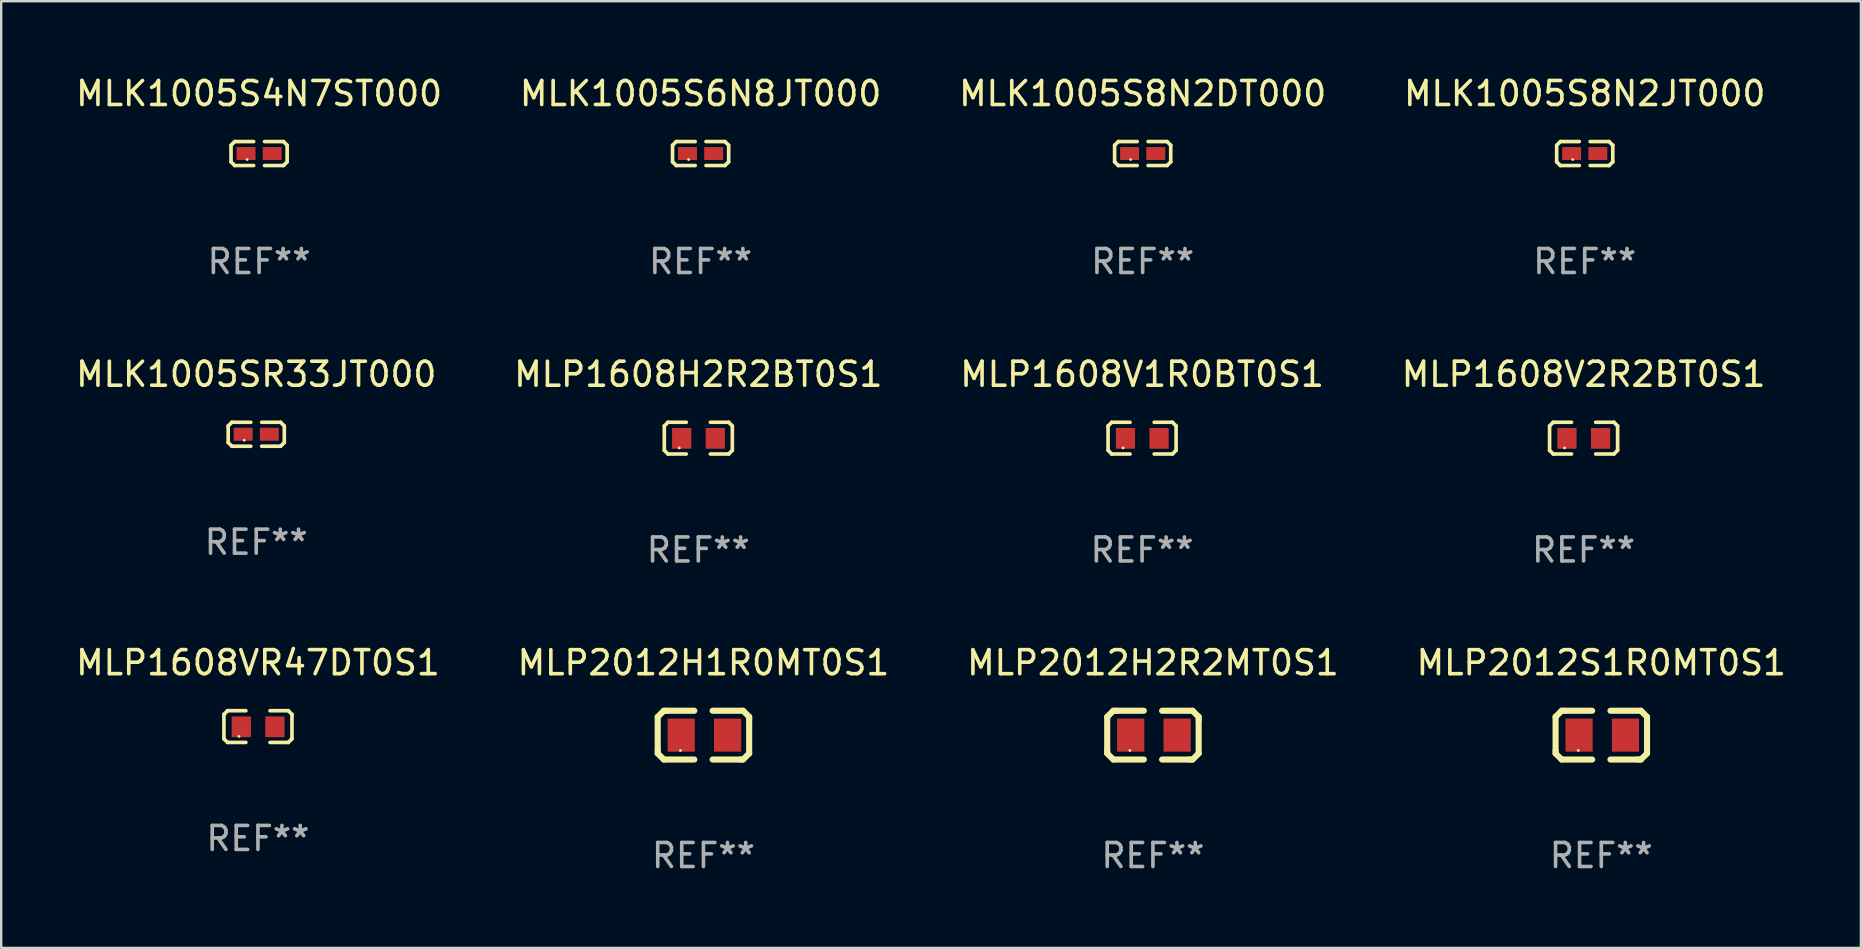
<source format=kicad_pcb>
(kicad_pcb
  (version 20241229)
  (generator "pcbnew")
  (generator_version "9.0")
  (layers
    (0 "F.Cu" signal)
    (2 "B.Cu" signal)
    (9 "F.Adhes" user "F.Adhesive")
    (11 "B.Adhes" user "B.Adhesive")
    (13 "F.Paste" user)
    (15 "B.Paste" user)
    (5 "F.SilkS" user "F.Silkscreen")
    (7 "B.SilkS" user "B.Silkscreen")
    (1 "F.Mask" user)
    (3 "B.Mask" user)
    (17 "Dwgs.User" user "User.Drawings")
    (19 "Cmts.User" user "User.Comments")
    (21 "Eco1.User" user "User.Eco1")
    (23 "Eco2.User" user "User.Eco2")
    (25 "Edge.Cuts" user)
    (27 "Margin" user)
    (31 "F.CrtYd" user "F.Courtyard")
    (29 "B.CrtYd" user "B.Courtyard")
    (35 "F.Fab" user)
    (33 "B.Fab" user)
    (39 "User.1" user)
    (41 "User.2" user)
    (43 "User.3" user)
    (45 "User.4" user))
  (footprint "MLP1608V1R0BT0S1"
    (layer "F.Cu")
    (at 44.53 15.203)
    (property "Reference" "MLP1608V1R0BT0S1" (at 0 -2.661 0) (layer "F.SilkS") (effects (font (size 1 1) (thickness 0.15))))
    (attr through_hole)
    (fp_line (start -1.417 -0.508) (end -1.265 -0.661) (stroke (width 0.152) (type solid)) (layer "F.SilkS"))
    (fp_line (start -1.417 0.508) (end -1.417 -0.508) (stroke (width 0.152) (type solid)) (layer "F.SilkS"))
    (fp_line (start -1.265 -0.661) (end -0.503 -0.661) (stroke (width 0.152) (type solid)) (layer "F.SilkS"))
    (fp_line (start -1.265 0.661) (end -1.417 0.508) (stroke (width 0.152) (type solid)) (layer "F.SilkS"))
    (fp_line (start -1.265 0.661) (end -0.503 0.661) (stroke (width 0.152) (type solid)) (layer "F.SilkS"))
    (fp_line (start 1.265 -0.661) (end 0.503 -0.661) (stroke (width 0.152) (type solid)) (layer "F.SilkS"))
    (fp_line (start 1.265 -0.661) (end 1.417 -0.508) (stroke (width 0.152) (type solid)) (layer "F.SilkS"))
    (fp_line (start 1.265 0.661) (end 0.503 0.661) (stroke (width 0.152) (type solid)) (layer "F.SilkS"))
    (fp_line (start 1.417 -0.508) (end 1.417 0.508) (stroke (width 0.152) (type solid)) (layer "F.SilkS"))
    (fp_line (start 1.417 0.508) (end 1.265 0.661) (stroke (width 0.152) (type solid)) (layer "F.SilkS"))
    (fp_circle (center -0.793 0.409) (end -0.763 0.409) (stroke (width 0.06) (type solid)) (fill no) (layer "F.SilkS"))
    (fp_text user "REF**" (at 0 4.661 0) (layer "F.Fab") (effects (font (size 1 1) (thickness 0.15))))
    (pad "1" smd rect (at -0.693 0.009 180) (size 0.8 0.864) (layers "F.Cu" "F.Mask" "F.Paste"))
    (pad "2" smd rect (at 0.707 0.009 180) (size 0.8 0.864) (layers "F.Cu" "F.Mask" "F.Paste")))
  (footprint "MLP2012H1R0MT0S1"
    (layer "F.Cu")
    (at 26.256 27.576)
    (property "Reference" "MLP2012H1R0MT0S1" (at 0 -3.016 0) (layer "F.SilkS") (effects (font (size 1 1) (thickness 0.15))))
    (attr through_hole)
    (fp_line (start -1.905 -0.762) (end -1.905 0.635) (stroke (width 0.254) (type solid)) (layer "F.SilkS"))
    (fp_line (start -1.905 0.635) (end -1.905 0.762) (stroke (width 0.254) (type solid)) (layer "F.SilkS"))
    (fp_line (start -1.905 0.762) (end -1.651 1.016) (stroke (width 0.254) (type solid)) (layer "F.SilkS"))
    (fp_line (start -1.651 -1.016) (end -1.905 -0.762) (stroke (width 0.254) (type solid)) (layer "F.SilkS"))
    (fp_line (start -1.651 1.016) (end -0.381 1.016) (stroke (width 0.254) (type solid)) (layer "F.SilkS"))
    (fp_line (start -1.524 -1.016) (end -1.651 -1.016) (stroke (width 0.254) (type solid)) (layer "F.SilkS"))
    (fp_line (start -0.381 -1.016) (end -1.524 -1.016) (stroke (width 0.254) (type solid)) (layer "F.SilkS"))
    (fp_line (start 0.381 1.016) (end 1.524 1.016) (stroke (width 0.254) (type solid)) (layer "F.SilkS"))
    (fp_line (start 1.524 1.016) (end 1.651 1.016) (stroke (width 0.254) (type solid)) (layer "F.SilkS"))
    (fp_line (start 1.651 -1.016) (end 0.381 -1.016) (stroke (width 0.254) (type solid)) (layer "F.SilkS"))
    (fp_line (start 1.651 1.016) (end 1.905 0.762) (stroke (width 0.254) (type solid)) (layer "F.SilkS"))
    (fp_line (start 1.905 -0.762) (end 1.651 -1.016) (stroke (width 0.254) (type solid)) (layer "F.SilkS"))
    (fp_line (start 1.905 -0.635) (end 1.905 -0.762) (stroke (width 0.254) (type solid)) (layer "F.SilkS"))
    (fp_line (start 1.905 0.762) (end 1.905 -0.635) (stroke (width 0.254) (type solid)) (layer "F.SilkS"))
    (fp_circle (center -0.96 0.637) (end -0.93 0.637) (stroke (width 0.06) (type solid)) (fill no) (layer "F.SilkS"))
    (fp_text user "REF**" (at 0 5.016 0) (layer "F.Fab") (effects (font (size 1 1) (thickness 0.15))))
    (pad "1" smd rect (at -0.926 -0.000051) (size 1.133 1.377) (layers "F.Cu" "F.Mask" "F.Paste"))
    (pad "2" smd rect (at 1.006 -0.000051) (size 1.133 1.377) (layers "F.Cu" "F.Mask" "F.Paste")))
  (footprint "MLP1608VR47DT0S1"
    (layer "F.Cu")
    (at 7.696 27.22)
    (property "Reference" "MLP1608VR47DT0S1" (at 0 -2.661 0) (layer "F.SilkS") (effects (font (size 1 1) (thickness 0.15))))
    (attr through_hole)
    (fp_line (start -1.417 -0.508) (end -1.265 -0.661) (stroke (width 0.152) (type solid)) (layer "F.SilkS"))
    (fp_line (start -1.417 0.508) (end -1.417 -0.508) (stroke (width 0.152) (type solid)) (layer "F.SilkS"))
    (fp_line (start -1.265 -0.661) (end -0.503 -0.661) (stroke (width 0.152) (type solid)) (layer "F.SilkS"))
    (fp_line (start -1.265 0.661) (end -1.417 0.508) (stroke (width 0.152) (type solid)) (layer "F.SilkS"))
    (fp_line (start -1.265 0.661) (end -0.503 0.661) (stroke (width 0.152) (type solid)) (layer "F.SilkS"))
    (fp_line (start 1.265 -0.661) (end 0.503 -0.661) (stroke (width 0.152) (type solid)) (layer "F.SilkS"))
    (fp_line (start 1.265 -0.661) (end 1.417 -0.508) (stroke (width 0.152) (type solid)) (layer "F.SilkS"))
    (fp_line (start 1.265 0.661) (end 0.503 0.661) (stroke (width 0.152) (type solid)) (layer "F.SilkS"))
    (fp_line (start 1.417 -0.508) (end 1.417 0.508) (stroke (width 0.152) (type solid)) (layer "F.SilkS"))
    (fp_line (start 1.417 0.508) (end 1.265 0.661) (stroke (width 0.152) (type solid)) (layer "F.SilkS"))
    (fp_circle (center -0.793 0.409) (end -0.763 0.409) (stroke (width 0.06) (type solid)) (fill no) (layer "F.SilkS"))
    (fp_text user "REF**" (at 0 4.661 0) (layer "F.Fab") (effects (font (size 1 1) (thickness 0.15))))
    (pad "1" smd rect (at -0.693 0.009 180) (size 0.8 0.864) (layers "F.Cu" "F.Mask" "F.Paste"))
    (pad "2" smd rect (at 0.707 0.009 180) (size 0.8 0.864) (layers "F.Cu" "F.Mask" "F.Paste")))
  (footprint "MLP1608V2R2BT0S1"
    (layer "F.Cu")
    (at 62.923 15.203)
    (property "Reference" "MLP1608V2R2BT0S1" (at 0 -2.661 0) (layer "F.SilkS") (effects (font (size 1 1) (thickness 0.15))))
    (attr through_hole)
    (fp_line (start -1.417 -0.508) (end -1.265 -0.661) (stroke (width 0.152) (type solid)) (layer "F.SilkS"))
    (fp_line (start -1.417 0.508) (end -1.417 -0.508) (stroke (width 0.152) (type solid)) (layer "F.SilkS"))
    (fp_line (start -1.265 -0.661) (end -0.503 -0.661) (stroke (width 0.152) (type solid)) (layer "F.SilkS"))
    (fp_line (start -1.265 0.661) (end -1.417 0.508) (stroke (width 0.152) (type solid)) (layer "F.SilkS"))
    (fp_line (start -1.265 0.661) (end -0.503 0.661) (stroke (width 0.152) (type solid)) (layer "F.SilkS"))
    (fp_line (start 1.265 -0.661) (end 0.503 -0.661) (stroke (width 0.152) (type solid)) (layer "F.SilkS"))
    (fp_line (start 1.265 -0.661) (end 1.417 -0.508) (stroke (width 0.152) (type solid)) (layer "F.SilkS"))
    (fp_line (start 1.265 0.661) (end 0.503 0.661) (stroke (width 0.152) (type solid)) (layer "F.SilkS"))
    (fp_line (start 1.417 -0.508) (end 1.417 0.508) (stroke (width 0.152) (type solid)) (layer "F.SilkS"))
    (fp_line (start 1.417 0.508) (end 1.265 0.661) (stroke (width 0.152) (type solid)) (layer "F.SilkS"))
    (fp_circle (center -0.793 0.409) (end -0.763 0.409) (stroke (width 0.06) (type solid)) (fill no) (layer "F.SilkS"))
    (fp_text user "REF**" (at 0 4.661 0) (layer "F.Fab") (effects (font (size 1 1) (thickness 0.15))))
    (pad "1" smd rect (at -0.693 0.009 180) (size 0.8 0.864) (layers "F.Cu" "F.Mask" "F.Paste"))
    (pad "2" smd rect (at 0.707 0.009 180) (size 0.8 0.864) (layers "F.Cu" "F.Mask" "F.Paste")))
  (footprint "MLK1005S8N2JT000"
    (layer "F.Cu")
    (at 62.97 3.347)
    (property "Reference" "MLK1005S8N2JT000" (at 0 -2.499 0) (layer "F.SilkS") (effects (font (size 1 1) (thickness 0.15))))
    (attr through_hole)
    (fp_line (start -1.169 -0.346) (end -1.016 -0.499) (stroke (width 0.152) (type solid)) (layer "F.SilkS"))
    (fp_line (start -1.169 0.346) (end -1.169 -0.346) (stroke (width 0.152) (type solid)) (layer "F.SilkS"))
    (fp_line (start -1.016 -0.499) (end -0.226 -0.499) (stroke (width 0.152) (type solid)) (layer "F.SilkS"))
    (fp_line (start -1.016 0.499) (end -1.169 0.346) (stroke (width 0.152) (type solid)) (layer "F.SilkS"))
    (fp_line (start -0.226 0.499) (end -1.016 0.499) (stroke (width 0.152) (type solid)) (layer "F.SilkS"))
    (fp_line (start 0.226 0.499) (end 1.016 0.499) (stroke (width 0.152) (type solid)) (layer "F.SilkS"))
    (fp_line (start 1.016 -0.499) (end 0.226 -0.499) (stroke (width 0.152) (type solid)) (layer "F.SilkS"))
    (fp_line (start 1.016 0.499) (end 1.169 0.346) (stroke (width 0.152) (type solid)) (layer "F.SilkS"))
    (fp_line (start 1.169 -0.346) (end 1.016 -0.499) (stroke (width 0.152) (type solid)) (layer "F.SilkS"))
    (fp_line (start 1.169 0.346) (end 1.169 -0.346) (stroke (width 0.152) (type solid)) (layer "F.SilkS"))
    (fp_circle (center -0.5 0.25) (end -0.47 0.25) (stroke (width 0.06) (type solid)) (fill no) (layer "F.SilkS"))
    (fp_text user "REF**" (at 0 4.499 0) (layer "F.Fab") (effects (font (size 1 1) (thickness 0.15))))
    (pad "1" smd rect (at -0.545 0) (size 0.79 0.54) (layers "F.Cu" "F.Mask" "F.Paste"))
    (pad "2" smd rect (at 0.545 0) (size 0.79 0.54) (layers "F.Cu" "F.Mask" "F.Paste")))
  (footprint "MLK1005SR33JT000"
    (layer "F.Cu")
    (at 7.625 15.041)
    (property "Reference" "MLK1005SR33JT000" (at 0 -2.499 0) (layer "F.SilkS") (effects (font (size 1 1) (thickness 0.15))))
    (attr through_hole)
    (fp_line (start -1.169 -0.346) (end -1.016 -0.499) (stroke (width 0.152) (type solid)) (layer "F.SilkS"))
    (fp_line (start -1.169 0.346) (end -1.169 -0.346) (stroke (width 0.152) (type solid)) (layer "F.SilkS"))
    (fp_line (start -1.016 -0.499) (end -0.226 -0.499) (stroke (width 0.152) (type solid)) (layer "F.SilkS"))
    (fp_line (start -1.016 0.499) (end -1.169 0.346) (stroke (width 0.152) (type solid)) (layer "F.SilkS"))
    (fp_line (start -0.226 0.499) (end -1.016 0.499) (stroke (width 0.152) (type solid)) (layer "F.SilkS"))
    (fp_line (start 0.226 0.499) (end 1.016 0.499) (stroke (width 0.152) (type solid)) (layer "F.SilkS"))
    (fp_line (start 1.016 -0.499) (end 0.226 -0.499) (stroke (width 0.152) (type solid)) (layer "F.SilkS"))
    (fp_line (start 1.016 0.499) (end 1.169 0.346) (stroke (width 0.152) (type solid)) (layer "F.SilkS"))
    (fp_line (start 1.169 -0.346) (end 1.016 -0.499) (stroke (width 0.152) (type solid)) (layer "F.SilkS"))
    (fp_line (start 1.169 0.346) (end 1.169 -0.346) (stroke (width 0.152) (type solid)) (layer "F.SilkS"))
    (fp_circle (center -0.5 0.25) (end -0.47 0.25) (stroke (width 0.06) (type solid)) (fill no) (layer "F.SilkS"))
    (fp_text user "REF**" (at 0 4.499 0) (layer "F.Fab") (effects (font (size 1 1) (thickness 0.15))))
    (pad "1" smd rect (at -0.545 0) (size 0.79 0.54) (layers "F.Cu" "F.Mask" "F.Paste"))
    (pad "2" smd rect (at 0.545 0) (size 0.79 0.54) (layers "F.Cu" "F.Mask" "F.Paste")))
  (footprint "MLP2012S1R0MT0S1"
    (layer "F.Cu")
    (at 63.661 27.576)
    (property "Reference" "MLP2012S1R0MT0S1" (at 0 -3.016 0) (layer "F.SilkS") (effects (font (size 1 1) (thickness 0.15))))
    (attr through_hole)
    (fp_line (start -1.905 -0.762) (end -1.905 0.635) (stroke (width 0.254) (type solid)) (layer "F.SilkS"))
    (fp_line (start -1.905 0.635) (end -1.905 0.762) (stroke (width 0.254) (type solid)) (layer "F.SilkS"))
    (fp_line (start -1.905 0.762) (end -1.651 1.016) (stroke (width 0.254) (type solid)) (layer "F.SilkS"))
    (fp_line (start -1.651 -1.016) (end -1.905 -0.762) (stroke (width 0.254) (type solid)) (layer "F.SilkS"))
    (fp_line (start -1.651 1.016) (end -0.381 1.016) (stroke (width 0.254) (type solid)) (layer "F.SilkS"))
    (fp_line (start -1.524 -1.016) (end -1.651 -1.016) (stroke (width 0.254) (type solid)) (layer "F.SilkS"))
    (fp_line (start -0.381 -1.016) (end -1.524 -1.016) (stroke (width 0.254) (type solid)) (layer "F.SilkS"))
    (fp_line (start 0.381 1.016) (end 1.524 1.016) (stroke (width 0.254) (type solid)) (layer "F.SilkS"))
    (fp_line (start 1.524 1.016) (end 1.651 1.016) (stroke (width 0.254) (type solid)) (layer "F.SilkS"))
    (fp_line (start 1.651 -1.016) (end 0.381 -1.016) (stroke (width 0.254) (type solid)) (layer "F.SilkS"))
    (fp_line (start 1.651 1.016) (end 1.905 0.762) (stroke (width 0.254) (type solid)) (layer "F.SilkS"))
    (fp_line (start 1.905 -0.762) (end 1.651 -1.016) (stroke (width 0.254) (type solid)) (layer "F.SilkS"))
    (fp_line (start 1.905 -0.635) (end 1.905 -0.762) (stroke (width 0.254) (type solid)) (layer "F.SilkS"))
    (fp_line (start 1.905 0.762) (end 1.905 -0.635) (stroke (width 0.254) (type solid)) (layer "F.SilkS"))
    (fp_circle (center -0.96 0.637) (end -0.93 0.637) (stroke (width 0.06) (type solid)) (fill no) (layer "F.SilkS"))
    (fp_text user "REF**" (at 0 5.016 0) (layer "F.Fab") (effects (font (size 1 1) (thickness 0.15))))
    (pad "1" smd rect (at -0.926 -0.000051) (size 1.133 1.377) (layers "F.Cu" "F.Mask" "F.Paste"))
    (pad "2" smd rect (at 1.006 -0.000051) (size 1.133 1.377) (layers "F.Cu" "F.Mask" "F.Paste")))
  (footprint "MLK1005S8N2DT000"
    (layer "F.Cu")
    (at 44.554 3.347)
    (property "Reference" "MLK1005S8N2DT000" (at 0 -2.499 0) (layer "F.SilkS") (effects (font (size 1 1) (thickness 0.15))))
    (attr through_hole)
    (fp_line (start -1.169 -0.346) (end -1.016 -0.499) (stroke (width 0.152) (type solid)) (layer "F.SilkS"))
    (fp_line (start -1.169 0.346) (end -1.169 -0.346) (stroke (width 0.152) (type solid)) (layer "F.SilkS"))
    (fp_line (start -1.016 -0.499) (end -0.226 -0.499) (stroke (width 0.152) (type solid)) (layer "F.SilkS"))
    (fp_line (start -1.016 0.499) (end -1.169 0.346) (stroke (width 0.152) (type solid)) (layer "F.SilkS"))
    (fp_line (start -0.226 0.499) (end -1.016 0.499) (stroke (width 0.152) (type solid)) (layer "F.SilkS"))
    (fp_line (start 0.226 0.499) (end 1.016 0.499) (stroke (width 0.152) (type solid)) (layer "F.SilkS"))
    (fp_line (start 1.016 -0.499) (end 0.226 -0.499) (stroke (width 0.152) (type solid)) (layer "F.SilkS"))
    (fp_line (start 1.016 0.499) (end 1.169 0.346) (stroke (width 0.152) (type solid)) (layer "F.SilkS"))
    (fp_line (start 1.169 -0.346) (end 1.016 -0.499) (stroke (width 0.152) (type solid)) (layer "F.SilkS"))
    (fp_line (start 1.169 0.346) (end 1.169 -0.346) (stroke (width 0.152) (type solid)) (layer "F.SilkS"))
    (fp_circle (center -0.5 0.25) (end -0.47 0.25) (stroke (width 0.06) (type solid)) (fill no) (layer "F.SilkS"))
    (fp_text user "REF**" (at 0 4.499 0) (layer "F.Fab") (effects (font (size 1 1) (thickness 0.15))))
    (pad "1" smd rect (at -0.545 0) (size 0.79 0.54) (layers "F.Cu" "F.Mask" "F.Paste"))
    (pad "2" smd rect (at 0.545 0) (size 0.79 0.54) (layers "F.Cu" "F.Mask" "F.Paste")))
  (footprint "MLP1608H2R2BT0S1"
    (layer "F.Cu")
    (at 26.042 15.203)
    (property "Reference" "MLP1608H2R2BT0S1" (at 0 -2.661 0) (layer "F.SilkS") (effects (font (size 1 1) (thickness 0.15))))
    (attr through_hole)
    (fp_line (start -1.417 -0.508) (end -1.265 -0.661) (stroke (width 0.152) (type solid)) (layer "F.SilkS"))
    (fp_line (start -1.417 0.508) (end -1.417 -0.508) (stroke (width 0.152) (type solid)) (layer "F.SilkS"))
    (fp_line (start -1.265 -0.661) (end -0.503 -0.661) (stroke (width 0.152) (type solid)) (layer "F.SilkS"))
    (fp_line (start -1.265 0.661) (end -1.417 0.508) (stroke (width 0.152) (type solid)) (layer "F.SilkS"))
    (fp_line (start -1.265 0.661) (end -0.503 0.661) (stroke (width 0.152) (type solid)) (layer "F.SilkS"))
    (fp_line (start 1.265 -0.661) (end 0.503 -0.661) (stroke (width 0.152) (type solid)) (layer "F.SilkS"))
    (fp_line (start 1.265 -0.661) (end 1.417 -0.508) (stroke (width 0.152) (type solid)) (layer "F.SilkS"))
    (fp_line (start 1.265 0.661) (end 0.503 0.661) (stroke (width 0.152) (type solid)) (layer "F.SilkS"))
    (fp_line (start 1.417 -0.508) (end 1.417 0.508) (stroke (width 0.152) (type solid)) (layer "F.SilkS"))
    (fp_line (start 1.417 0.508) (end 1.265 0.661) (stroke (width 0.152) (type solid)) (layer "F.SilkS"))
    (fp_circle (center -0.793 0.409) (end -0.763 0.409) (stroke (width 0.06) (type solid)) (fill no) (layer "F.SilkS"))
    (fp_text user "REF**" (at 0 4.661 0) (layer "F.Fab") (effects (font (size 1 1) (thickness 0.15))))
    (pad "1" smd rect (at -0.693 0.009 180) (size 0.8 0.864) (layers "F.Cu" "F.Mask" "F.Paste"))
    (pad "2" smd rect (at 0.707 0.009 180) (size 0.8 0.864) (layers "F.Cu" "F.Mask" "F.Paste")))
  (footprint "MLK1005S4N7ST000"
    (layer "F.Cu")
    (at 7.744 3.347)
    (property "Reference" "MLK1005S4N7ST000" (at 0 -2.499 0) (layer "F.SilkS") (effects (font (size 1 1) (thickness 0.15))))
    (attr through_hole)
    (fp_line (start -1.169 -0.346) (end -1.016 -0.499) (stroke (width 0.152) (type solid)) (layer "F.SilkS"))
    (fp_line (start -1.169 0.346) (end -1.169 -0.346) (stroke (width 0.152) (type solid)) (layer "F.SilkS"))
    (fp_line (start -1.016 -0.499) (end -0.226 -0.499) (stroke (width 0.152) (type solid)) (layer "F.SilkS"))
    (fp_line (start -1.016 0.499) (end -1.169 0.346) (stroke (width 0.152) (type solid)) (layer "F.SilkS"))
    (fp_line (start -0.226 0.499) (end -1.016 0.499) (stroke (width 0.152) (type solid)) (layer "F.SilkS"))
    (fp_line (start 0.226 0.499) (end 1.016 0.499) (stroke (width 0.152) (type solid)) (layer "F.SilkS"))
    (fp_line (start 1.016 -0.499) (end 0.226 -0.499) (stroke (width 0.152) (type solid)) (layer "F.SilkS"))
    (fp_line (start 1.016 0.499) (end 1.169 0.346) (stroke (width 0.152) (type solid)) (layer "F.SilkS"))
    (fp_line (start 1.169 -0.346) (end 1.016 -0.499) (stroke (width 0.152) (type solid)) (layer "F.SilkS"))
    (fp_line (start 1.169 0.346) (end 1.169 -0.346) (stroke (width 0.152) (type solid)) (layer "F.SilkS"))
    (fp_circle (center -0.5 0.25) (end -0.47 0.25) (stroke (width 0.06) (type solid)) (fill no) (layer "F.SilkS"))
    (fp_text user "REF**" (at 0 4.499 0) (layer "F.Fab") (effects (font (size 1 1) (thickness 0.15))))
    (pad "1" smd rect (at -0.545 0) (size 0.79 0.54) (layers "F.Cu" "F.Mask" "F.Paste"))
    (pad "2" smd rect (at 0.545 0) (size 0.79 0.54) (layers "F.Cu" "F.Mask" "F.Paste")))
  (footprint "MLK1005S6N8JT000"
    (layer "F.Cu")
    (at 26.137 3.347)
    (property "Reference" "MLK1005S6N8JT000" (at 0 -2.499 0) (layer "F.SilkS") (effects (font (size 1 1) (thickness 0.15))))
    (attr through_hole)
    (fp_line (start -1.169 -0.346) (end -1.016 -0.499) (stroke (width 0.152) (type solid)) (layer "F.SilkS"))
    (fp_line (start -1.169 0.346) (end -1.169 -0.346) (stroke (width 0.152) (type solid)) (layer "F.SilkS"))
    (fp_line (start -1.016 -0.499) (end -0.226 -0.499) (stroke (width 0.152) (type solid)) (layer "F.SilkS"))
    (fp_line (start -1.016 0.499) (end -1.169 0.346) (stroke (width 0.152) (type solid)) (layer "F.SilkS"))
    (fp_line (start -0.226 0.499) (end -1.016 0.499) (stroke (width 0.152) (type solid)) (layer "F.SilkS"))
    (fp_line (start 0.226 0.499) (end 1.016 0.499) (stroke (width 0.152) (type solid)) (layer "F.SilkS"))
    (fp_line (start 1.016 -0.499) (end 0.226 -0.499) (stroke (width 0.152) (type solid)) (layer "F.SilkS"))
    (fp_line (start 1.016 0.499) (end 1.169 0.346) (stroke (width 0.152) (type solid)) (layer "F.SilkS"))
    (fp_line (start 1.169 -0.346) (end 1.016 -0.499) (stroke (width 0.152) (type solid)) (layer "F.SilkS"))
    (fp_line (start 1.169 0.346) (end 1.169 -0.346) (stroke (width 0.152) (type solid)) (layer "F.SilkS"))
    (fp_circle (center -0.5 0.25) (end -0.47 0.25) (stroke (width 0.06) (type solid)) (fill no) (layer "F.SilkS"))
    (fp_text user "REF**" (at 0 4.499 0) (layer "F.Fab") (effects (font (size 1 1) (thickness 0.15))))
    (pad "1" smd rect (at -0.545 0) (size 0.79 0.54) (layers "F.Cu" "F.Mask" "F.Paste"))
    (pad "2" smd rect (at 0.545 0) (size 0.79 0.54) (layers "F.Cu" "F.Mask" "F.Paste")))
  (footprint "MLP2012H2R2MT0S1"
    (layer "F.Cu")
    (at 44.982 27.576)
    (property "Reference" "MLP2012H2R2MT0S1" (at 0 -3.016 0) (layer "F.SilkS") (effects (font (size 1 1) (thickness 0.15))))
    (attr through_hole)
    (fp_line (start -1.905 -0.762) (end -1.905 0.635) (stroke (width 0.254) (type solid)) (layer "F.SilkS"))
    (fp_line (start -1.905 0.635) (end -1.905 0.762) (stroke (width 0.254) (type solid)) (layer "F.SilkS"))
    (fp_line (start -1.905 0.762) (end -1.651 1.016) (stroke (width 0.254) (type solid)) (layer "F.SilkS"))
    (fp_line (start -1.651 -1.016) (end -1.905 -0.762) (stroke (width 0.254) (type solid)) (layer "F.SilkS"))
    (fp_line (start -1.651 1.016) (end -0.381 1.016) (stroke (width 0.254) (type solid)) (layer "F.SilkS"))
    (fp_line (start -1.524 -1.016) (end -1.651 -1.016) (stroke (width 0.254) (type solid)) (layer "F.SilkS"))
    (fp_line (start -0.381 -1.016) (end -1.524 -1.016) (stroke (width 0.254) (type solid)) (layer "F.SilkS"))
    (fp_line (start 0.381 1.016) (end 1.524 1.016) (stroke (width 0.254) (type solid)) (layer "F.SilkS"))
    (fp_line (start 1.524 1.016) (end 1.651 1.016) (stroke (width 0.254) (type solid)) (layer "F.SilkS"))
    (fp_line (start 1.651 -1.016) (end 0.381 -1.016) (stroke (width 0.254) (type solid)) (layer "F.SilkS"))
    (fp_line (start 1.651 1.016) (end 1.905 0.762) (stroke (width 0.254) (type solid)) (layer "F.SilkS"))
    (fp_line (start 1.905 -0.762) (end 1.651 -1.016) (stroke (width 0.254) (type solid)) (layer "F.SilkS"))
    (fp_line (start 1.905 -0.635) (end 1.905 -0.762) (stroke (width 0.254) (type solid)) (layer "F.SilkS"))
    (fp_line (start 1.905 0.762) (end 1.905 -0.635) (stroke (width 0.254) (type solid)) (layer "F.SilkS"))
    (fp_circle (center -0.96 0.637) (end -0.93 0.637) (stroke (width 0.06) (type solid)) (fill no) (layer "F.SilkS"))
    (fp_text user "REF**" (at 0 5.016 0) (layer "F.Fab") (effects (font (size 1 1) (thickness 0.15))))
    (pad "1" smd rect (at -0.926 -0.000051) (size 1.133 1.377) (layers "F.Cu" "F.Mask" "F.Paste"))
    (pad "2" smd rect (at 1.006 -0.000051) (size 1.133 1.377) (layers "F.Cu" "F.Mask" "F.Paste")))
  (gr_rect
    (start -3 -3)
    (end 74.476 36.44)
    (stroke (width 0.1) (type default))
    (fill no)
    (layer "Edge.Cuts")))
</source>
